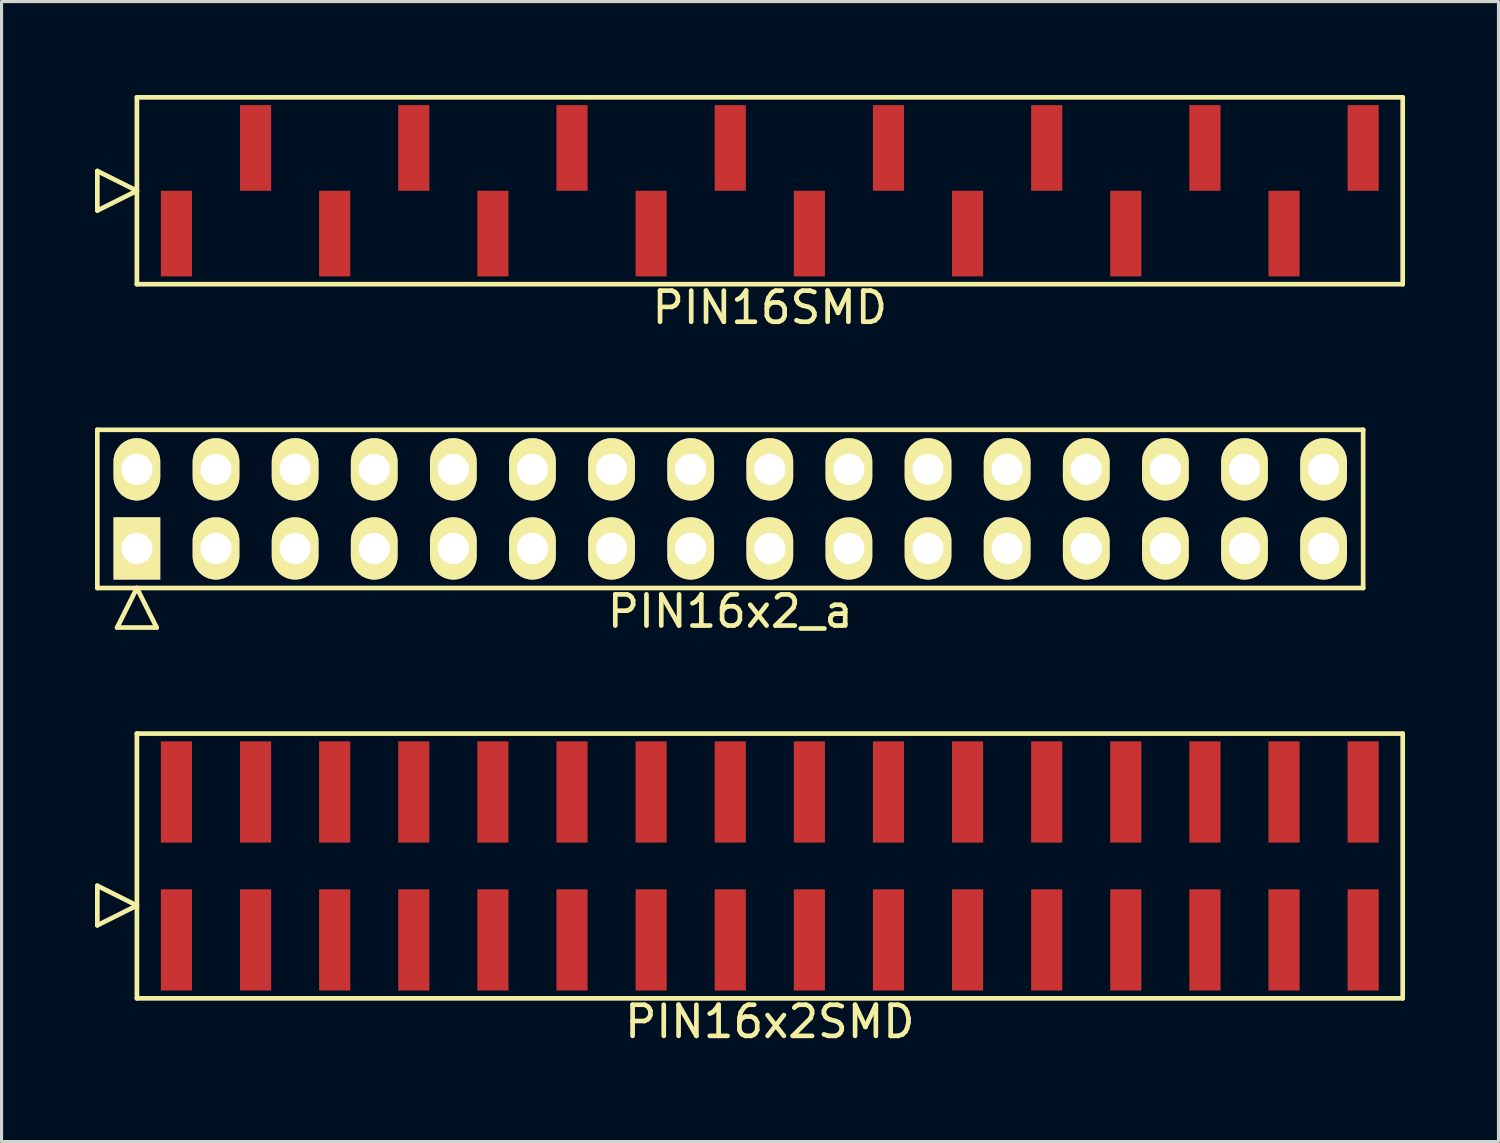
<source format=kicad_pcb>
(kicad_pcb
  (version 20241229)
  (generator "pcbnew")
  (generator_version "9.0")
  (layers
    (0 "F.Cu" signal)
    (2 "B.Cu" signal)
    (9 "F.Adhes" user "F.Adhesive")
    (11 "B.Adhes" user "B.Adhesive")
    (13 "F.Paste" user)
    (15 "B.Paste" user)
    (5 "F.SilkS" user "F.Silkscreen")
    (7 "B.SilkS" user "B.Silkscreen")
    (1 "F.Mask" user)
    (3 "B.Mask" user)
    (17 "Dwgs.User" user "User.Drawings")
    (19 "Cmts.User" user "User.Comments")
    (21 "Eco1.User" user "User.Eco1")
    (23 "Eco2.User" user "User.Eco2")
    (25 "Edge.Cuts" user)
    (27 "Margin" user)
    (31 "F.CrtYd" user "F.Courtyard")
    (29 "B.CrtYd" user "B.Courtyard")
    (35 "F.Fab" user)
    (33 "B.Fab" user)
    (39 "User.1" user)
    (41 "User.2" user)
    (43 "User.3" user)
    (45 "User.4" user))
  (footprint "PIN16SMD"
    (layer "F.Cu")
    (at 21.665 3.075)
    (property "Reference" "PIN16SMD" (at 0 3.75 0) (layer "F.SilkS") (effects (font (size 1 1) (thickness 0.15))))
    (attr through_hole)
    (fp_line (start -21.59 0.635) (end -21.59 -0.635) (stroke (width 0.15) (type solid)) (layer "F.SilkS"))
    (fp_line (start -20.32 -3) (end -20.32 3) (stroke (width 0.15) (type solid)) (layer "F.SilkS"))
    (fp_line (start -20.32 0) (end -21.59 -0.635) (stroke (width 0.15) (type solid)) (layer "F.SilkS"))
    (fp_line (start -20.32 0) (end -21.59 0.635) (stroke (width 0.15) (type solid)) (layer "F.SilkS"))
    (fp_line (start -20.32 3) (end 20.32 3) (stroke (width 0.15) (type solid)) (layer "F.SilkS"))
    (fp_line (start 20.32 -3) (end -20.32 -3) (stroke (width 0.15) (type solid)) (layer "F.SilkS"))
    (fp_line (start 20.32 3) (end 20.32 -3) (stroke (width 0.15) (type solid)) (layer "F.SilkS"))
    (pad "1" smd rect (at -19.05 1.375) (size 1 2.75) (layers "F.Cu" "F.Mask" "F.Paste"))
    (pad "2" smd rect (at -16.51 -1.375) (size 1 2.75) (layers "F.Cu" "F.Mask" "F.Paste"))
    (pad "3" smd rect (at -13.97 1.375) (size 1 2.75) (layers "F.Cu" "F.Mask" "F.Paste"))
    (pad "4" smd rect (at -11.43 -1.375) (size 1 2.75) (layers "F.Cu" "F.Mask" "F.Paste"))
    (pad "5" smd rect (at -8.89 1.375) (size 1 2.75) (layers "F.Cu" "F.Mask" "F.Paste"))
    (pad "6" smd rect (at -6.35 -1.375) (size 1 2.75) (layers "F.Cu" "F.Mask" "F.Paste"))
    (pad "7" smd rect (at -3.81 1.375) (size 1 2.75) (layers "F.Cu" "F.Mask" "F.Paste"))
    (pad "8" smd rect (at -1.27 -1.375) (size 1 2.75) (layers "F.Cu" "F.Mask" "F.Paste"))
    (pad "9" smd rect (at 1.27 1.375) (size 1 2.75) (layers "F.Cu" "F.Mask" "F.Paste"))
    (pad "10" smd rect (at 3.81 -1.375) (size 1 2.75) (layers "F.Cu" "F.Mask" "F.Paste"))
    (pad "11" smd rect (at 6.35 1.375) (size 1 2.75) (layers "F.Cu" "F.Mask" "F.Paste"))
    (pad "12" smd rect (at 8.89 -1.375) (size 1 2.75) (layers "F.Cu" "F.Mask" "F.Paste"))
    (pad "13" smd rect (at 11.43 1.375) (size 1 2.75) (layers "F.Cu" "F.Mask" "F.Paste"))
    (pad "14" smd rect (at 13.97 -1.375) (size 1 2.75) (layers "F.Cu" "F.Mask" "F.Paste"))
    (pad "15" smd rect (at 16.51 1.375) (size 1 2.75) (layers "F.Cu" "F.Mask" "F.Paste"))
    (pad "16" smd rect (at 19.05 -1.375) (size 1 2.75) (layers "F.Cu" "F.Mask" "F.Paste")))
  (footprint "PIN16x2SMD"
    (layer "F.Cu")
    (at 21.665 24.752)
    (property "Reference" "PIN16x2SMD" (at 0 5 0) (layer "F.SilkS") (effects (font (size 1 1) (thickness 0.15))))
    (attr through_hole)
    (fp_line (start -21.59 1.905) (end -21.59 0.635) (stroke (width 0.15) (type solid)) (layer "F.SilkS"))
    (fp_line (start -20.32 -4.25) (end -20.32 4.25) (stroke (width 0.15) (type solid)) (layer "F.SilkS"))
    (fp_line (start -20.32 1.27) (end -21.59 0.635) (stroke (width 0.15) (type solid)) (layer "F.SilkS"))
    (fp_line (start -20.32 1.27) (end -21.59 1.905) (stroke (width 0.15) (type solid)) (layer "F.SilkS"))
    (fp_line (start -20.32 4.25) (end 20.32 4.25) (stroke (width 0.15) (type solid)) (layer "F.SilkS"))
    (fp_line (start 20.32 -4.25) (end -20.32 -4.25) (stroke (width 0.15) (type solid)) (layer "F.SilkS"))
    (fp_line (start 20.32 4.25) (end 20.32 -4.25) (stroke (width 0.15) (type solid)) (layer "F.SilkS"))
    (pad "1" smd rect (at -19.05 2.375) (size 1 3.25) (layers "F.Cu" "F.Mask" "F.Paste"))
    (pad "2" smd rect (at -19.05 -2.375) (size 1 3.25) (layers "F.Cu" "F.Mask" "F.Paste"))
    (pad "3" smd rect (at -16.51 2.375) (size 1 3.25) (layers "F.Cu" "F.Mask" "F.Paste"))
    (pad "4" smd rect (at -16.51 -2.375) (size 1 3.25) (layers "F.Cu" "F.Mask" "F.Paste"))
    (pad "5" smd rect (at -13.97 2.375) (size 1 3.25) (layers "F.Cu" "F.Mask" "F.Paste"))
    (pad "6" smd rect (at -13.97 -2.375) (size 1 3.25) (layers "F.Cu" "F.Mask" "F.Paste"))
    (pad "7" smd rect (at -11.43 2.375) (size 1 3.25) (layers "F.Cu" "F.Mask" "F.Paste"))
    (pad "8" smd rect (at -11.43 -2.375) (size 1 3.25) (layers "F.Cu" "F.Mask" "F.Paste"))
    (pad "9" smd rect (at -8.89 2.375) (size 1 3.25) (layers "F.Cu" "F.Mask" "F.Paste"))
    (pad "10" smd rect (at -8.89 -2.375) (size 1 3.25) (layers "F.Cu" "F.Mask" "F.Paste"))
    (pad "11" smd rect (at -6.35 2.375) (size 1 3.25) (layers "F.Cu" "F.Mask" "F.Paste"))
    (pad "12" smd rect (at -6.35 -2.375) (size 1 3.25) (layers "F.Cu" "F.Mask" "F.Paste"))
    (pad "13" smd rect (at -3.81 2.375) (size 1 3.25) (layers "F.Cu" "F.Mask" "F.Paste"))
    (pad "14" smd rect (at -3.81 -2.375) (size 1 3.25) (layers "F.Cu" "F.Mask" "F.Paste"))
    (pad "15" smd rect (at -1.27 2.375) (size 1 3.25) (layers "F.Cu" "F.Mask" "F.Paste"))
    (pad "16" smd rect (at -1.27 -2.375) (size 1 3.25) (layers "F.Cu" "F.Mask" "F.Paste"))
    (pad "17" smd rect (at 1.27 2.375) (size 1 3.25) (layers "F.Cu" "F.Mask" "F.Paste"))
    (pad "18" smd rect (at 1.27 -2.375) (size 1 3.25) (layers "F.Cu" "F.Mask" "F.Paste"))
    (pad "19" smd rect (at 3.81 2.375) (size 1 3.25) (layers "F.Cu" "F.Mask" "F.Paste"))
    (pad "20" smd rect (at 3.81 -2.375) (size 1 3.25) (layers "F.Cu" "F.Mask" "F.Paste"))
    (pad "21" smd rect (at 6.35 2.375) (size 1 3.25) (layers "F.Cu" "F.Mask" "F.Paste"))
    (pad "22" smd rect (at 6.35 -2.375) (size 1 3.25) (layers "F.Cu" "F.Mask" "F.Paste"))
    (pad "23" smd rect (at 8.89 2.375) (size 1 3.25) (layers "F.Cu" "F.Mask" "F.Paste"))
    (pad "24" smd rect (at 8.89 -2.375) (size 1 3.25) (layers "F.Cu" "F.Mask" "F.Paste"))
    (pad "25" smd rect (at 11.43 2.375) (size 1 3.25) (layers "F.Cu" "F.Mask" "F.Paste"))
    (pad "26" smd rect (at 11.43 -2.375) (size 1 3.25) (layers "F.Cu" "F.Mask" "F.Paste"))
    (pad "27" smd rect (at 13.97 2.375) (size 1 3.25) (layers "F.Cu" "F.Mask" "F.Paste"))
    (pad "28" smd rect (at 13.97 -2.375) (size 1 3.25) (layers "F.Cu" "F.Mask" "F.Paste"))
    (pad "29" smd rect (at 16.51 2.375) (size 1 3.25) (layers "F.Cu" "F.Mask" "F.Paste"))
    (pad "30" smd rect (at 16.51 -2.375) (size 1 3.25) (layers "F.Cu" "F.Mask" "F.Paste"))
    (pad "31" smd rect (at 19.05 2.375) (size 1 3.25) (layers "F.Cu" "F.Mask" "F.Paste"))
    (pad "32" smd rect (at 19.05 -2.375) (size 1 3.25) (layers "F.Cu" "F.Mask" "F.Paste")))
  (footprint "PIN16x2_a"
    (layer "F.Cu")
    (at 20.395 13.288)
    (property "Reference" "PIN16x2_a" (at 0 3.29 0) (layer "F.SilkS") (effects (font (size 1 1) (thickness 0.15))))
    (attr through_hole)
    (fp_line (start -20.32 -2.54) (end -20.32 2.54) (stroke (width 0.15) (type solid)) (layer "F.SilkS"))
    (fp_line (start -20.32 2.54) (end 20.32 2.54) (stroke (width 0.15) (type solid)) (layer "F.SilkS"))
    (fp_line (start -19.685 3.81) (end -19.05 2.54) (stroke (width 0.15) (type solid)) (layer "F.SilkS"))
    (fp_line (start -19.685 3.81) (end -18.415 3.81) (stroke (width 0.15) (type solid)) (layer "F.SilkS"))
    (fp_line (start -18.415 3.81) (end -19.05 2.54) (stroke (width 0.15) (type solid)) (layer "F.SilkS"))
    (fp_line (start 20.32 -2.54) (end -20.32 -2.54) (stroke (width 0.15) (type solid)) (layer "F.SilkS"))
    (fp_line (start 20.32 2.54) (end 20.32 -2.54) (stroke (width 0.15) (type solid)) (layer "F.SilkS"))
    (pad "1" thru_hole rect (at -19.05 1.27) (size 1.5 2) (drill 1) (layers "*.Cu" "*.Mask" "F.SilkS"))
    (pad "2" thru_hole oval (at -19.05 -1.27) (size 1.5 2) (drill 1) (layers "*.Cu" "*.Mask" "F.SilkS"))
    (pad "3" thru_hole oval (at -16.51 1.27) (size 1.5 2) (drill 1) (layers "*.Cu" "*.Mask" "F.SilkS"))
    (pad "4" thru_hole oval (at -16.51 -1.27) (size 1.5 2) (drill 1) (layers "*.Cu" "*.Mask" "F.SilkS"))
    (pad "5" thru_hole oval (at -13.97 1.27) (size 1.5 2) (drill 1) (layers "*.Cu" "*.Mask" "F.SilkS"))
    (pad "6" thru_hole oval (at -13.97 -1.27) (size 1.5 2) (drill 1) (layers "*.Cu" "*.Mask" "F.SilkS"))
    (pad "7" thru_hole oval (at -11.43 1.27) (size 1.5 2) (drill 1) (layers "*.Cu" "*.Mask" "F.SilkS"))
    (pad "8" thru_hole oval (at -11.43 -1.27) (size 1.5 2) (drill 1) (layers "*.Cu" "*.Mask" "F.SilkS"))
    (pad "9" thru_hole oval (at -8.89 1.27) (size 1.5 2) (drill 1) (layers "*.Cu" "*.Mask" "F.SilkS"))
    (pad "10" thru_hole oval (at -8.89 -1.27) (size 1.5 2) (drill 1) (layers "*.Cu" "*.Mask" "F.SilkS"))
    (pad "11" thru_hole oval (at -6.35 1.27) (size 1.5 2) (drill 1) (layers "*.Cu" "*.Mask" "F.SilkS"))
    (pad "12" thru_hole oval (at -6.35 -1.27) (size 1.5 2) (drill 1) (layers "*.Cu" "*.Mask" "F.SilkS"))
    (pad "13" thru_hole oval (at -3.81 1.27) (size 1.5 2) (drill 1) (layers "*.Cu" "*.Mask" "F.SilkS"))
    (pad "14" thru_hole oval (at -3.81 -1.27) (size 1.5 2) (drill 1) (layers "*.Cu" "*.Mask" "F.SilkS"))
    (pad "15" thru_hole oval (at -1.27 1.27) (size 1.5 2) (drill 1) (layers "*.Cu" "*.Mask" "F.SilkS"))
    (pad "16" thru_hole oval (at -1.27 -1.27) (size 1.5 2) (drill 1) (layers "*.Cu" "*.Mask" "F.SilkS"))
    (pad "17" thru_hole oval (at 1.27 1.27) (size 1.5 2) (drill 1) (layers "*.Cu" "*.Mask" "F.SilkS"))
    (pad "18" thru_hole oval (at 1.27 -1.27) (size 1.5 2) (drill 1) (layers "*.Cu" "*.Mask" "F.SilkS"))
    (pad "19" thru_hole oval (at 3.81 1.27) (size 1.5 2) (drill 1) (layers "*.Cu" "*.Mask" "F.SilkS"))
    (pad "20" thru_hole oval (at 3.81 -1.27) (size 1.5 2) (drill 1) (layers "*.Cu" "*.Mask" "F.SilkS"))
    (pad "21" thru_hole oval (at 6.35 1.27) (size 1.5 2) (drill 1) (layers "*.Cu" "*.Mask" "F.SilkS"))
    (pad "22" thru_hole oval (at 6.35 -1.27) (size 1.5 2) (drill 1) (layers "*.Cu" "*.Mask" "F.SilkS"))
    (pad "23" thru_hole oval (at 8.89 1.27) (size 1.5 2) (drill 1) (layers "*.Cu" "*.Mask" "F.SilkS"))
    (pad "24" thru_hole oval (at 8.89 -1.27) (size 1.5 2) (drill 1) (layers "*.Cu" "*.Mask" "F.SilkS"))
    (pad "25" thru_hole oval (at 11.43 1.27) (size 1.5 2) (drill 1) (layers "*.Cu" "*.Mask" "F.SilkS"))
    (pad "26" thru_hole oval (at 11.43 -1.27) (size 1.5 2) (drill 1) (layers "*.Cu" "*.Mask" "F.SilkS"))
    (pad "27" thru_hole oval (at 13.97 1.27) (size 1.5 2) (drill 1) (layers "*.Cu" "*.Mask" "F.SilkS"))
    (pad "28" thru_hole oval (at 13.97 -1.27) (size 1.5 2) (drill 1) (layers "*.Cu" "*.Mask" "F.SilkS"))
    (pad "29" thru_hole oval (at 16.51 1.27) (size 1.5 2) (drill 1) (layers "*.Cu" "*.Mask" "F.SilkS"))
    (pad "30" thru_hole oval (at 16.51 -1.27) (size 1.5 2) (drill 1) (layers "*.Cu" "*.Mask" "F.SilkS"))
    (pad "31" thru_hole oval (at 19.05 1.27) (size 1.5 2) (drill 1) (layers "*.Cu" "*.Mask" "F.SilkS"))
    (pad "32" thru_hole oval (at 19.05 -1.27) (size 1.5 2) (drill 1) (layers "*.Cu" "*.Mask" "F.SilkS")))
  (gr_rect
    (start -3 -3)
    (end 45.06 33.6)
    (stroke (width 0.1) (type default))
    (fill no)
    (layer "Edge.Cuts")))
</source>
